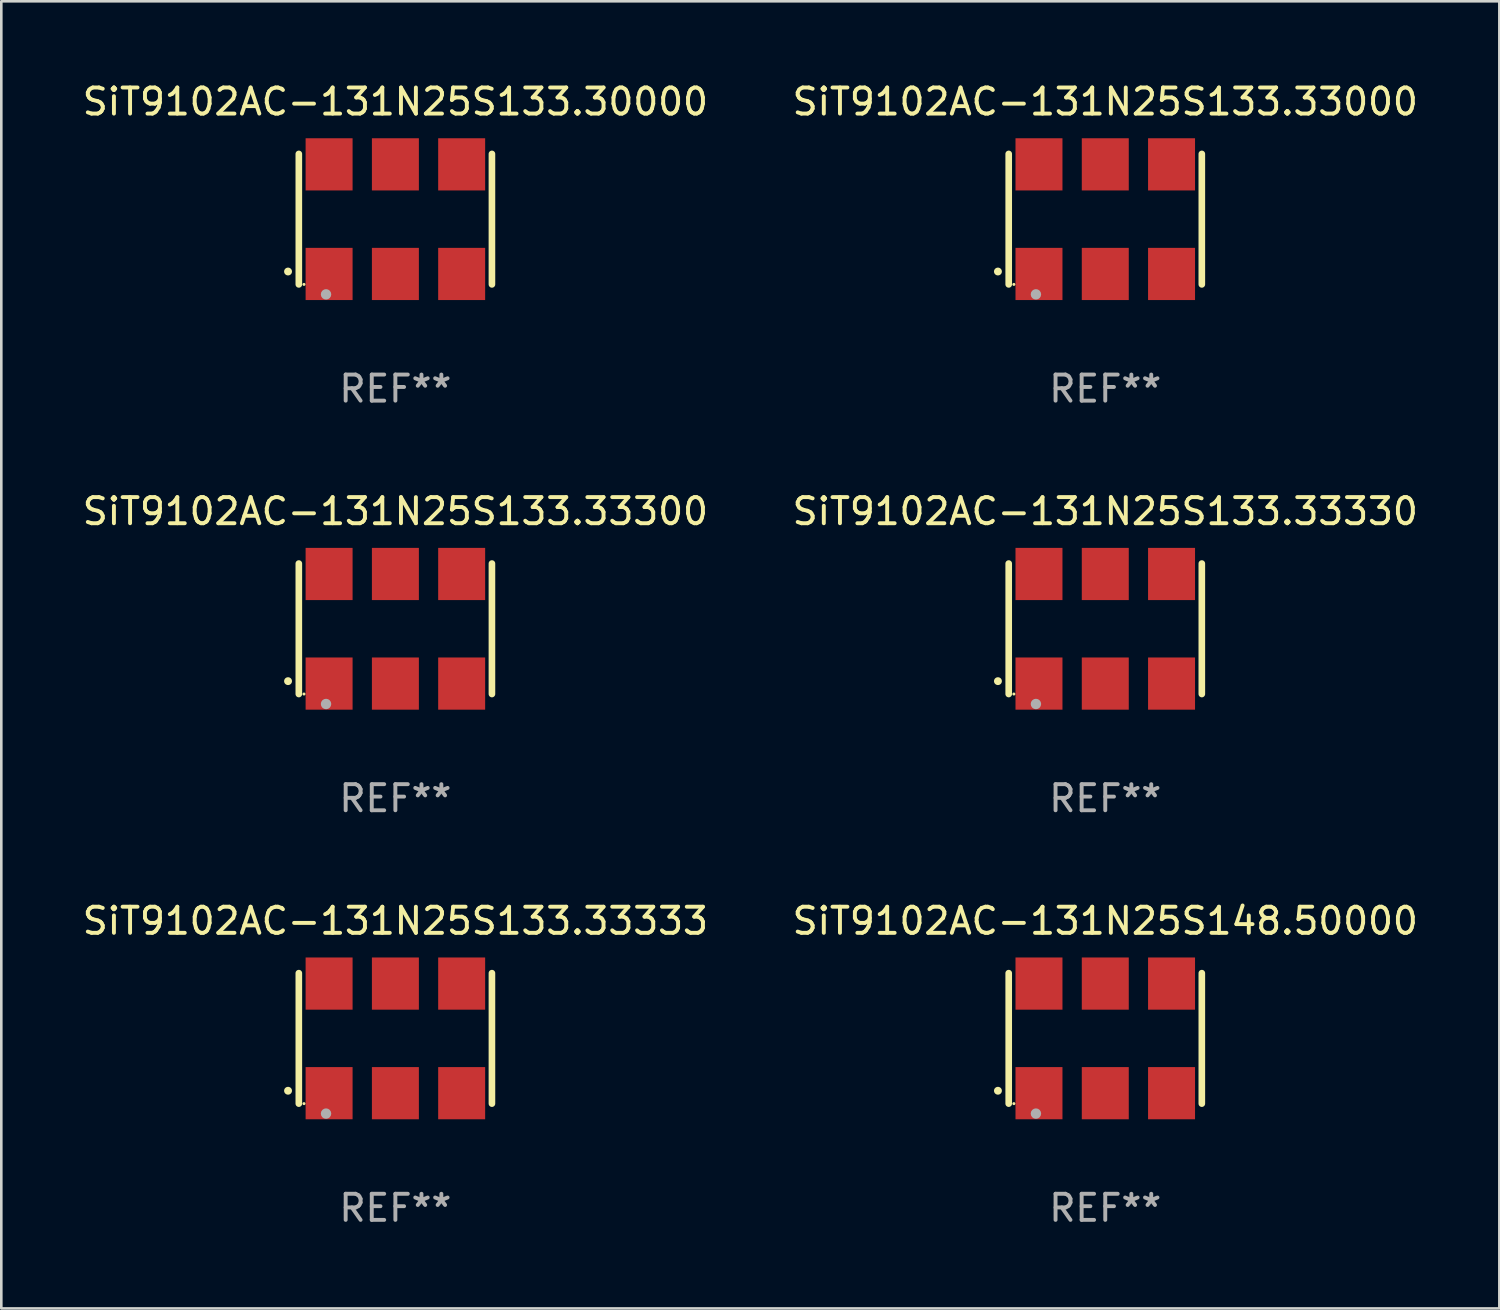
<source format=kicad_pcb>
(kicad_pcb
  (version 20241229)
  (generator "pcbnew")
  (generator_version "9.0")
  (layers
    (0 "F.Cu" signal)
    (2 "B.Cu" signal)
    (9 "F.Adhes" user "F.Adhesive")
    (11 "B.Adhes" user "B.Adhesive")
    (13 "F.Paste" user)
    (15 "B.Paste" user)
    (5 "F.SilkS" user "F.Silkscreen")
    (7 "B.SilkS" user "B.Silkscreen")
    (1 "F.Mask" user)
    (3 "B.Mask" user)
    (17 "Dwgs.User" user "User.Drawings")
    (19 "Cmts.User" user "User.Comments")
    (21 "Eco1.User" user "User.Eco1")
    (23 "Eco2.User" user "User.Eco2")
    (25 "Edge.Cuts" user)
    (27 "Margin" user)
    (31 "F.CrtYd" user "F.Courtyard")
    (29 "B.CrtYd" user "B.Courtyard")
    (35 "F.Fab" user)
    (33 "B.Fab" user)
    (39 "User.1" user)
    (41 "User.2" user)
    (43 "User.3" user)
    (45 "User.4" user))
  (footprint "SiT9102AC-131N25S133.33300"
    (layer "F.Cu")
    (at 12.101 21.045)
    (property "Reference" "SiT9102AC-131N25S133.33300" (at 0 -4.5 0) (layer "F.SilkS") (effects (font (size 1 1) (thickness 0.15))))
    (attr through_hole)
    (fp_line (start -3.7 -2.5) (end -3.7 2.5) (stroke (width 0.254) (type solid)) (layer "F.SilkS"))
    (fp_line (start 3.7 -2.5) (end 3.7 2.5) (stroke (width 0.254) (type solid)) (layer "F.SilkS"))
    (fp_arc (start -4.114415 2.006604) (mid -4.113145 2.006599) (end -4.111875 2.006604) (stroke (width 0.3) (type solid)) (layer "F.SilkS"))
    (fp_circle (center -3.502 2.5) (end -3.472 2.5) (stroke (width 0.06) (type solid)) (fill no) (layer "F.SilkS"))
    (fp_circle (center -2.657 2.882) (end -2.557 2.882) (stroke (width 0.2) (type solid)) (fill no) (layer "F.Fab"))
    (fp_text user "REF**" (at 0 6.5 0) (layer "F.Fab") (effects (font (size 1 1) (thickness 0.15))))
    (pad "1" smd rect (at -2.54 2.1) (size 1.8 2) (layers "F.Cu" "F.Mask" "F.Paste"))
    (pad "2" smd rect (at 0.000394 2.1) (size 1.8 2) (layers "F.Cu" "F.Mask" "F.Paste"))
    (pad "3" smd rect (at 2.54 2.1) (size 1.8 2) (layers "F.Cu" "F.Mask" "F.Paste"))
    (pad "4" smd rect (at 2.54 -2.1) (size 1.8 2) (layers "F.Cu" "F.Mask" "F.Paste"))
    (pad "5" smd rect (at 0.000394 -2.1) (size 1.8 2) (layers "F.Cu" "F.Mask" "F.Paste"))
    (pad "6" smd rect (at -2.54 -2.1) (size 1.8 2) (layers "F.Cu" "F.Mask" "F.Paste")))
  (footprint "SiT9102AC-131N25S133.33333"
    (layer "F.Cu")
    (at 12.101 36.741)
    (property "Reference" "SiT9102AC-131N25S133.33333" (at 0 -4.5 0) (layer "F.SilkS") (effects (font (size 1 1) (thickness 0.15))))
    (attr through_hole)
    (fp_line (start -3.7 -2.5) (end -3.7 2.5) (stroke (width 0.254) (type solid)) (layer "F.SilkS"))
    (fp_line (start 3.7 -2.5) (end 3.7 2.5) (stroke (width 0.254) (type solid)) (layer "F.SilkS"))
    (fp_arc (start -4.114415 2.006604) (mid -4.113145 2.006599) (end -4.111875 2.006604) (stroke (width 0.3) (type solid)) (layer "F.SilkS"))
    (fp_circle (center -3.502 2.5) (end -3.472 2.5) (stroke (width 0.06) (type solid)) (fill no) (layer "F.SilkS"))
    (fp_circle (center -2.657 2.882) (end -2.557 2.882) (stroke (width 0.2) (type solid)) (fill no) (layer "F.Fab"))
    (fp_text user "REF**" (at 0 6.5 0) (layer "F.Fab") (effects (font (size 1 1) (thickness 0.15))))
    (pad "1" smd rect (at -2.54 2.1) (size 1.8 2) (layers "F.Cu" "F.Mask" "F.Paste"))
    (pad "2" smd rect (at 0.000394 2.1) (size 1.8 2) (layers "F.Cu" "F.Mask" "F.Paste"))
    (pad "3" smd rect (at 2.54 2.1) (size 1.8 2) (layers "F.Cu" "F.Mask" "F.Paste"))
    (pad "4" smd rect (at 2.54 -2.1) (size 1.8 2) (layers "F.Cu" "F.Mask" "F.Paste"))
    (pad "5" smd rect (at 0.000394 -2.1) (size 1.8 2) (layers "F.Cu" "F.Mask" "F.Paste"))
    (pad "6" smd rect (at -2.54 -2.1) (size 1.8 2) (layers "F.Cu" "F.Mask" "F.Paste")))
  (footprint "SiT9102AC-131N25S133.30000"
    (layer "F.Cu")
    (at 12.101 5.348)
    (property "Reference" "SiT9102AC-131N25S133.30000" (at 0 -4.5 0) (layer "F.SilkS") (effects (font (size 1 1) (thickness 0.15))))
    (attr through_hole)
    (fp_line (start -3.7 -2.5) (end -3.7 2.5) (stroke (width 0.254) (type solid)) (layer "F.SilkS"))
    (fp_line (start 3.7 -2.5) (end 3.7 2.5) (stroke (width 0.254) (type solid)) (layer "F.SilkS"))
    (fp_arc (start -4.114415 2.006604) (mid -4.113145 2.006599) (end -4.111875 2.006604) (stroke (width 0.3) (type solid)) (layer "F.SilkS"))
    (fp_circle (center -3.502 2.5) (end -3.472 2.5) (stroke (width 0.06) (type solid)) (fill no) (layer "F.SilkS"))
    (fp_circle (center -2.657 2.882) (end -2.557 2.882) (stroke (width 0.2) (type solid)) (fill no) (layer "F.Fab"))
    (fp_text user "REF**" (at 0 6.5 0) (layer "F.Fab") (effects (font (size 1 1) (thickness 0.15))))
    (pad "1" smd rect (at -2.54 2.1) (size 1.8 2) (layers "F.Cu" "F.Mask" "F.Paste"))
    (pad "2" smd rect (at 0.000394 2.1) (size 1.8 2) (layers "F.Cu" "F.Mask" "F.Paste"))
    (pad "3" smd rect (at 2.54 2.1) (size 1.8 2) (layers "F.Cu" "F.Mask" "F.Paste"))
    (pad "4" smd rect (at 2.54 -2.1) (size 1.8 2) (layers "F.Cu" "F.Mask" "F.Paste"))
    (pad "5" smd rect (at 0.000394 -2.1) (size 1.8 2) (layers "F.Cu" "F.Mask" "F.Paste"))
    (pad "6" smd rect (at -2.54 -2.1) (size 1.8 2) (layers "F.Cu" "F.Mask" "F.Paste")))
  (footprint "SiT9102AC-131N25S133.33000"
    (layer "F.Cu")
    (at 39.304 5.348)
    (property "Reference" "SiT9102AC-131N25S133.33000" (at 0 -4.5 0) (layer "F.SilkS") (effects (font (size 1 1) (thickness 0.15))))
    (attr through_hole)
    (fp_line (start -3.7 -2.5) (end -3.7 2.5) (stroke (width 0.254) (type solid)) (layer "F.SilkS"))
    (fp_line (start 3.7 -2.5) (end 3.7 2.5) (stroke (width 0.254) (type solid)) (layer "F.SilkS"))
    (fp_arc (start -4.114415 2.006604) (mid -4.113145 2.006599) (end -4.111875 2.006604) (stroke (width 0.3) (type solid)) (layer "F.SilkS"))
    (fp_circle (center -3.502 2.5) (end -3.472 2.5) (stroke (width 0.06) (type solid)) (fill no) (layer "F.SilkS"))
    (fp_circle (center -2.657 2.882) (end -2.557 2.882) (stroke (width 0.2) (type solid)) (fill no) (layer "F.Fab"))
    (fp_text user "REF**" (at 0 6.5 0) (layer "F.Fab") (effects (font (size 1 1) (thickness 0.15))))
    (pad "1" smd rect (at -2.54 2.1) (size 1.8 2) (layers "F.Cu" "F.Mask" "F.Paste"))
    (pad "2" smd rect (at 0.000394 2.1) (size 1.8 2) (layers "F.Cu" "F.Mask" "F.Paste"))
    (pad "3" smd rect (at 2.54 2.1) (size 1.8 2) (layers "F.Cu" "F.Mask" "F.Paste"))
    (pad "4" smd rect (at 2.54 -2.1) (size 1.8 2) (layers "F.Cu" "F.Mask" "F.Paste"))
    (pad "5" smd rect (at 0.000394 -2.1) (size 1.8 2) (layers "F.Cu" "F.Mask" "F.Paste"))
    (pad "6" smd rect (at -2.54 -2.1) (size 1.8 2) (layers "F.Cu" "F.Mask" "F.Paste")))
  (footprint "SiT9102AC-131N25S148.50000"
    (layer "F.Cu")
    (at 39.304 36.741)
    (property "Reference" "SiT9102AC-131N25S148.50000" (at 0 -4.5 0) (layer "F.SilkS") (effects (font (size 1 1) (thickness 0.15))))
    (attr through_hole)
    (fp_line (start -3.7 -2.5) (end -3.7 2.5) (stroke (width 0.254) (type solid)) (layer "F.SilkS"))
    (fp_line (start 3.7 -2.5) (end 3.7 2.5) (stroke (width 0.254) (type solid)) (layer "F.SilkS"))
    (fp_arc (start -4.114415 2.006604) (mid -4.113145 2.006599) (end -4.111875 2.006604) (stroke (width 0.3) (type solid)) (layer "F.SilkS"))
    (fp_circle (center -3.502 2.5) (end -3.472 2.5) (stroke (width 0.06) (type solid)) (fill no) (layer "F.SilkS"))
    (fp_circle (center -2.657 2.882) (end -2.557 2.882) (stroke (width 0.2) (type solid)) (fill no) (layer "F.Fab"))
    (fp_text user "REF**" (at 0 6.5 0) (layer "F.Fab") (effects (font (size 1 1) (thickness 0.15))))
    (pad "1" smd rect (at -2.54 2.1) (size 1.8 2) (layers "F.Cu" "F.Mask" "F.Paste"))
    (pad "2" smd rect (at 0.000394 2.1) (size 1.8 2) (layers "F.Cu" "F.Mask" "F.Paste"))
    (pad "3" smd rect (at 2.54 2.1) (size 1.8 2) (layers "F.Cu" "F.Mask" "F.Paste"))
    (pad "4" smd rect (at 2.54 -2.1) (size 1.8 2) (layers "F.Cu" "F.Mask" "F.Paste"))
    (pad "5" smd rect (at 0.000394 -2.1) (size 1.8 2) (layers "F.Cu" "F.Mask" "F.Paste"))
    (pad "6" smd rect (at -2.54 -2.1) (size 1.8 2) (layers "F.Cu" "F.Mask" "F.Paste")))
  (footprint "SiT9102AC-131N25S133.33330"
    (layer "F.Cu")
    (at 39.304 21.045)
    (property "Reference" "SiT9102AC-131N25S133.33330" (at 0 -4.5 0) (layer "F.SilkS") (effects (font (size 1 1) (thickness 0.15))))
    (attr through_hole)
    (fp_line (start -3.7 -2.5) (end -3.7 2.5) (stroke (width 0.254) (type solid)) (layer "F.SilkS"))
    (fp_line (start 3.7 -2.5) (end 3.7 2.5) (stroke (width 0.254) (type solid)) (layer "F.SilkS"))
    (fp_arc (start -4.114415 2.006604) (mid -4.113145 2.006599) (end -4.111875 2.006604) (stroke (width 0.3) (type solid)) (layer "F.SilkS"))
    (fp_circle (center -3.502 2.5) (end -3.472 2.5) (stroke (width 0.06) (type solid)) (fill no) (layer "F.SilkS"))
    (fp_circle (center -2.657 2.882) (end -2.557 2.882) (stroke (width 0.2) (type solid)) (fill no) (layer "F.Fab"))
    (fp_text user "REF**" (at 0 6.5 0) (layer "F.Fab") (effects (font (size 1 1) (thickness 0.15))))
    (pad "1" smd rect (at -2.54 2.1) (size 1.8 2) (layers "F.Cu" "F.Mask" "F.Paste"))
    (pad "2" smd rect (at 0.000394 2.1) (size 1.8 2) (layers "F.Cu" "F.Mask" "F.Paste"))
    (pad "3" smd rect (at 2.54 2.1) (size 1.8 2) (layers "F.Cu" "F.Mask" "F.Paste"))
    (pad "4" smd rect (at 2.54 -2.1) (size 1.8 2) (layers "F.Cu" "F.Mask" "F.Paste"))
    (pad "5" smd rect (at 0.000394 -2.1) (size 1.8 2) (layers "F.Cu" "F.Mask" "F.Paste"))
    (pad "6" smd rect (at -2.54 -2.1) (size 1.8 2) (layers "F.Cu" "F.Mask" "F.Paste")))
  (gr_rect
    (start -3 -3)
    (end 54.405 47.09)
    (stroke (width 0.1) (type default))
    (fill no)
    (layer "Edge.Cuts")))
</source>
